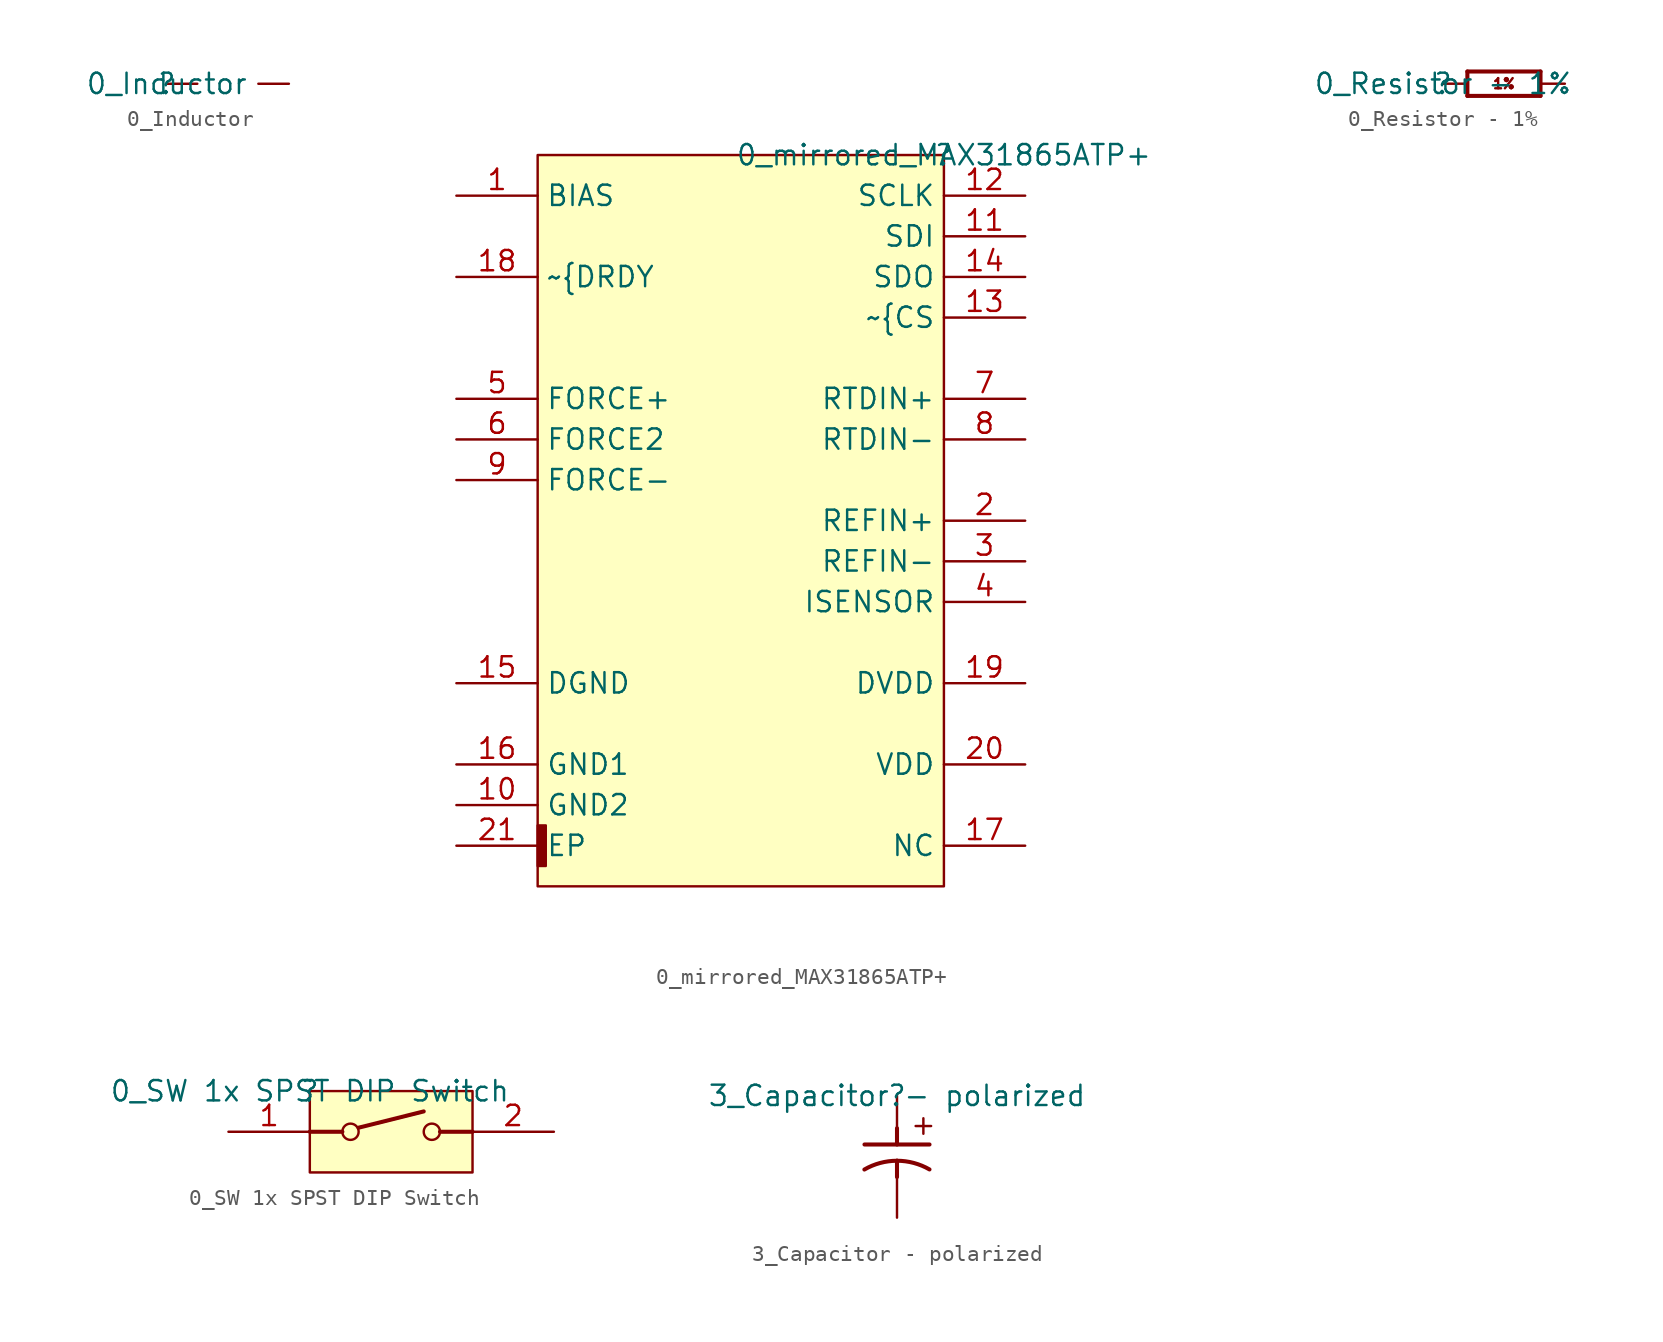
<source format=kicad_sym>
(kicad_symbol_lib
  (version 20220331)
  (generator kicad_symbol_editor)
  (symbol "0_Inductor"
    (property "Reference" ""
      (at 0 0 0)
      (effects (font (size 1.27 1.27))))
    (property "Value" "0_Inductor"
      (at 0 0 0)
      (effects (font (size 1.27 1.27))))
    (symbol "0_Inductor_1_0"
      (pin passive line (at 0 0 0) (length 1.905) (name "1" (effects (font (size 0 0)))) (number "1" (effects (font (size 0 0)))))
      (pin passive line (at 7.62 0 180) (length 1.905) (name "2" (effects (font (size 0 0)))) (number "2" (effects (font (size 0 0)))))))
  (symbol "0_mirrored_MAX31865ATP+"
    (property "Reference" ""
      (at 0 0 0)
      (effects (font (size 1.27 1.27))))
    (property "Value" "0_mirrored_MAX31865ATP+"
      (at 0 0 0)
      (effects (font (size 1.27 1.27))))
    (symbol "0_mirrored_MAX31865ATP+_1_0"
      (rectangle (start -24.892 -41.91) (end -25.4 -44.45) (stroke (width 0) (type solid)) (fill (type outline)))
      (rectangle (start 0 0) (end -25.4 -45.72) (stroke (width 0) (type solid)) (fill (type background)))
      (pin output line (at -30.48 -2.54 0) (length 5.08) (name "BIAS" (effects (font (size 1.27 1.27)))) (number "1" (effects (font (size 1.27 1.27)))))
      (pin power_in line (at -30.48 -40.64 0) (length 5.08) (name "GND2" (effects (font (size 1.27 1.27)))) (number "10" (effects (font (size 1.27 1.27)))))
      (pin input line (at 5.08 -5.08 180) (length 5.08) (name "SDI" (effects (font (size 1.27 1.27)))) (number "11" (effects (font (size 1.27 1.27)))))
      (pin input line (at 5.08 -2.54 180) (length 5.08) (name "SCLK" (effects (font (size 1.27 1.27)))) (number "12" (effects (font (size 1.27 1.27)))))
      (pin input line (at 5.08 -10.16 180) (length 5.08) (name "~{CS" (effects (font (size 1.27 1.27)))) (number "13" (effects (font (size 1.27 1.27)))))
      (pin output line (at 5.08 -7.62 180) (length 5.08) (name "SDO" (effects (font (size 1.27 1.27)))) (number "14" (effects (font (size 1.27 1.27)))))
      (pin power_in line (at -30.48 -33.02 0) (length 5.08) (name "DGND" (effects (font (size 1.27 1.27)))) (number "15" (effects (font (size 1.27 1.27)))))
      (pin power_in line (at -30.48 -38.1 0) (length 5.08) (name "GND1" (effects (font (size 1.27 1.27)))) (number "16" (effects (font (size 1.27 1.27)))))
      (pin passive line (at 5.08 -43.18 180) (length 5.08) (name "NC" (effects (font (size 1.27 1.27)))) (number "17" (effects (font (size 1.27 1.27)))))
      (pin output line (at -30.48 -7.62 0) (length 5.08) (name "~{DRDY" (effects (font (size 1.27 1.27)))) (number "18" (effects (font (size 1.27 1.27)))))
      (pin power_in line (at 5.08 -33.02 180) (length 5.08) (name "DVDD" (effects (font (size 1.27 1.27)))) (number "19" (effects (font (size 1.27 1.27)))))
      (pin input line (at 5.08 -22.86 180) (length 5.08) (name "REFIN+" (effects (font (size 1.27 1.27)))) (number "2" (effects (font (size 1.27 1.27)))))
      (pin power_in line (at 5.08 -38.1 180) (length 5.08) (name "VDD" (effects (font (size 1.27 1.27)))) (number "20" (effects (font (size 1.27 1.27)))))
      (pin power_in line (at -30.48 -43.18 0) (length 5.08) (name "EP" (effects (font (size 1.27 1.27)))) (number "21" (effects (font (size 1.27 1.27)))))
      (pin input line (at 5.08 -25.4 180) (length 5.08) (name "REFIN-" (effects (font (size 1.27 1.27)))) (number "3" (effects (font (size 1.27 1.27)))))
      (pin input line (at 5.08 -27.94 180) (length 5.08) (name "ISENSOR" (effects (font (size 1.27 1.27)))) (number "4" (effects (font (size 1.27 1.27)))))
      (pin input line (at -30.48 -15.24 0) (length 5.08) (name "FORCE+" (effects (font (size 1.27 1.27)))) (number "5" (effects (font (size 1.27 1.27)))))
      (pin input line (at -30.48 -17.78 0) (length 5.08) (name "FORCE2" (effects (font (size 1.27 1.27)))) (number "6" (effects (font (size 1.27 1.27)))))
      (pin input line (at 5.08 -15.24 180) (length 5.08) (name "RTDIN+" (effects (font (size 1.27 1.27)))) (number "7" (effects (font (size 1.27 1.27)))))
      (pin input line (at 5.08 -17.78 180) (length 5.08) (name "RTDIN-" (effects (font (size 1.27 1.27)))) (number "8" (effects (font (size 1.27 1.27)))))
      (pin input line (at -30.48 -20.32 0) (length 5.08) (name "FORCE-" (effects (font (size 1.27 1.27)))) (number "9" (effects (font (size 1.27 1.27)))))))
  (symbol "0_Resistor - 1%"
    (property "Reference" ""
      (at 0 0 0)
      (effects (font (size 1.27 1.27))))
    (property "Value" "0_Resistor - 1%"
      (at 0 0 0)
      (effects (font (size 1.27 1.27))))
    (symbol "0_Resistor - 1%_1_0"
      (polyline (pts (xy 1.524 -0.762) (xy 6.096 -0.762)) (stroke (width 0.254) (type solid)) (fill (type none)))
      (polyline (pts (xy 1.524 0.762) (xy 1.524 -0.762)) (stroke (width 0.254) (type solid)) (fill (type none)))
      (polyline (pts (xy 6.096 -0.762) (xy 6.096 0.762)) (stroke (width 0.254) (type solid)) (fill (type none)))
      (polyline (pts (xy 6.096 0.762) (xy 1.524 0.762)) (stroke (width 0.254) (type solid)) (fill (type none)))
      (text "1%" (at 3.81 0 0) (effects (font (size 0.635 0.635))))
      (pin passive line (at 0 0 0) (length 1.524) (name "1" (effects (font (size 0 0)))) (number "1" (effects (font (size 0 0)))))
      (pin passive line (at 7.62 0 180) (length 1.524) (name "2" (effects (font (size 0 0)))) (number "2" (effects (font (size 0 0)))))))
  (symbol "0_SW 1x SPST DIP Switch"
    (property "Reference" ""
      (at 0 0 0)
      (effects (font (size 1.27 1.27))))
    (property "Value" "0_SW 1x SPST DIP Switch"
      (at 0 0 0)
      (effects (font (size 1.27 1.27))))
    (symbol "0_SW 1x SPST DIP Switch_1_0"
      (polyline (pts (xy 0 -2.54) (xy 2.032 -2.54)) (stroke (width 0.254) (type solid)) (fill (type none)))
      (polyline (pts (xy 7.112 -1.27) (xy 3.048 -2.286)) (stroke (width 0.254) (type solid)) (fill (type none)))
      (polyline (pts (xy 8.128 -2.54) (xy 10.16 -2.54)) (stroke (width 0.254) (type solid)) (fill (type none)))
      (circle (center 2.54 -2.54) (radius 0.508) (stroke (width 0) (type solid)) (fill (type none)))
      (circle (center 7.62 -2.54) (radius 0.508) (stroke (width 0) (type solid)) (fill (type none)))
      (rectangle (start 10.16 0) (end 0 -5.08) (stroke (width 0) (type solid)) (fill (type background)))
      (pin bidirectional line (at -5.08 -2.54 0) (length 5.08) (name "1" (effects (font (size 0 0)))) (number "1" (effects (font (size 1.27 1.27)))))
      (pin bidirectional line (at 15.24 -2.54 180) (length 5.08) (name "2" (effects (font (size 0 0)))) (number "2" (effects (font (size 1.27 1.27)))))))
  (symbol "3_Capacitor - polarized"
    (property "Reference" ""
      (at 0 0 0)
      (effects (font (size 1.27 1.27))))
    (property "Value" "3_Capacitor - polarized"
      (at 0 0 0)
      (effects (font (size 1.27 1.27))))
    (symbol "3_Capacitor - polarized_1_0"
      (arc (start 0 -4.064) (mid -1.0553 -4.2034) (end -2.0382 -4.6121) (stroke (width 0.254) (type solid)) (fill (type none)))
      (polyline (pts (xy 0 -4.064) (xy 0 -5.08)) (stroke (width 0.254) (type solid)) (fill (type none)))
      (polyline (pts (xy 0 -2.032) (xy 0 -3.048)) (stroke (width 0.254) (type solid)) (fill (type none)))
      (polyline (pts (xy 2.032 -3.048) (xy -2.032 -3.048)) (stroke (width 0.254) (type solid)) (fill (type none)))
      (arc (start 2.0298 -4.6072) (mid 1.0506 -4.2021) (end 0 -4.064) (stroke (width 0.254) (type solid)) (fill (type none)))
      (text "+" (at 0.762 -2.54 0) (effects (font (size 1.27 1.27)) (justify left bottom)))
      (pin passive line (at 0 0 270) (length 2.54) (name "1" (effects (font (size 0 0)))) (number "1" (effects (font (size 0 0)))))
      (pin passive line (at 0 -7.62 90) (length 2.54) (name "2" (effects (font (size 0 0)))) (number "2" (effects (font (size 0 0))))))))
</source>
